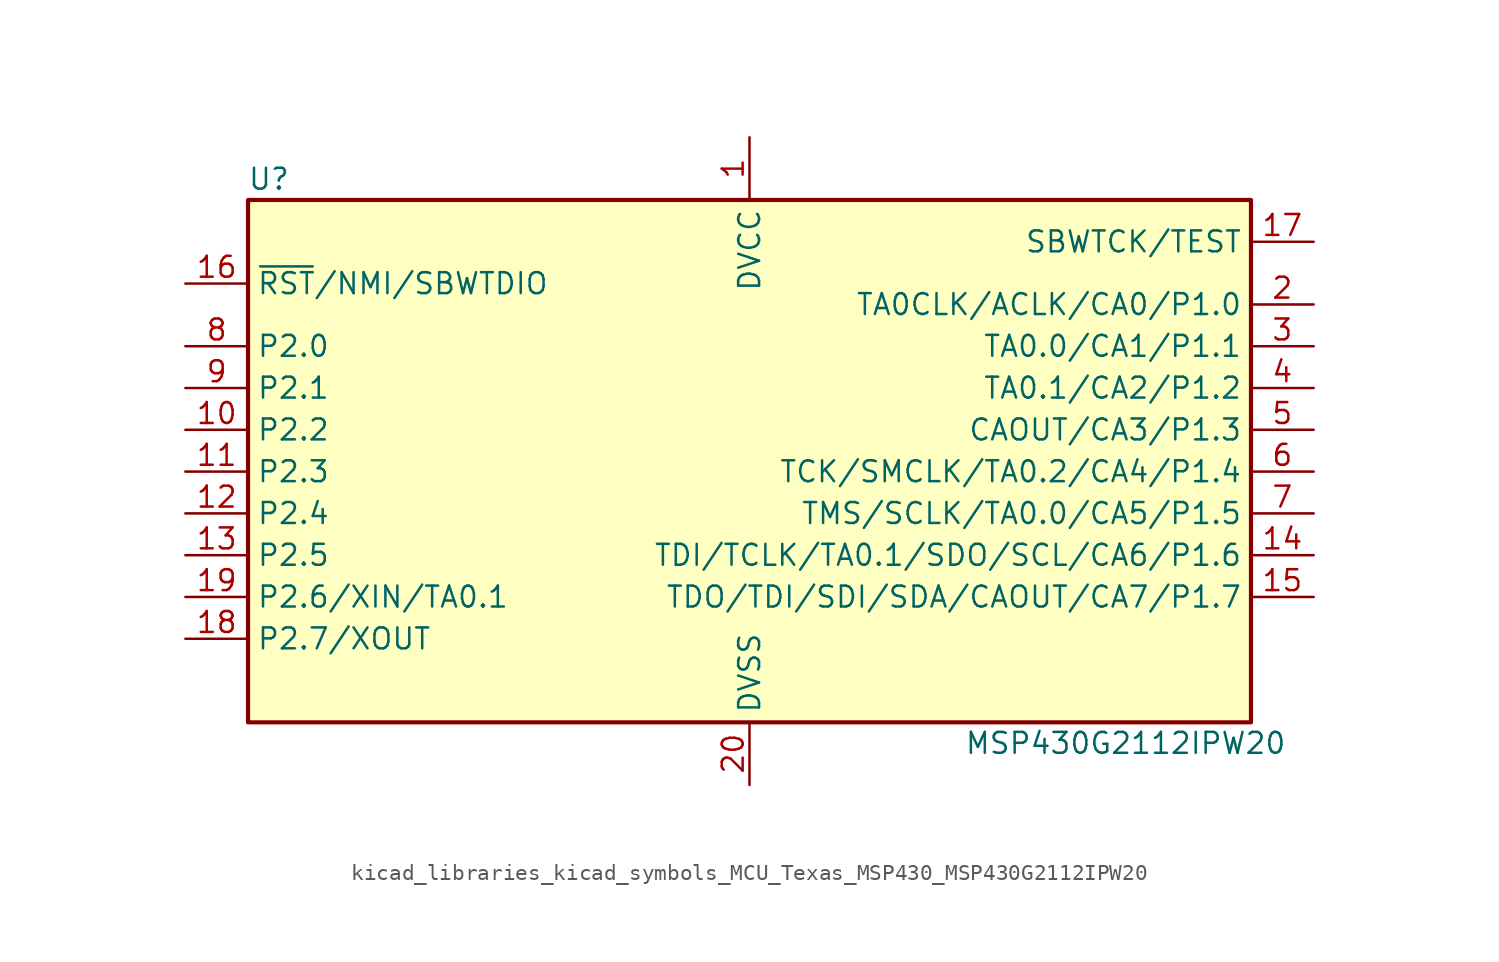
<source format=kicad_sym>
(kicad_symbol_lib
  (version 20220914)
  (generator kicad_symbol_editor)
  (symbol "kicad_libraries_kicad_symbols_MCU_Texas_MSP430_MSP430G2112IPW20"
    (property "Reference" "U"
      (at -29.21 17.78 0)
      (effects (font (size 1.27 1.27))))
    (property "Value" "MSP430G2112IPW20"
      (at 22.86 -16.51 0)
      (effects (font (size 1.27 1.27))))
    (symbol "kicad_libraries_kicad_symbols_MCU_Texas_MSP430_MSP430G2112IPW20_0_1"
      (rectangle (start -30.48 16.51) (end 30.48 -15.24) (stroke (width 0.254) (type default)) (fill (type background))))
    (symbol "kicad_libraries_kicad_symbols_MCU_Texas_MSP430_MSP430G2112IPW20_1_1"
      (pin power_in line (at 0 20.32 270) (length 3.81) (name "DVCC" (effects (font (size 1.27 1.27)))) (number "1" (effects (font (size 1.27 1.27)))))
      (pin bidirectional line (at -34.29 2.54 0) (length 3.81) (name "P2.2" (effects (font (size 1.27 1.27)))) (number "10" (effects (font (size 1.27 1.27)))))
      (pin bidirectional line (at -34.29 0 0) (length 3.81) (name "P2.3" (effects (font (size 1.27 1.27)))) (number "11" (effects (font (size 1.27 1.27)))))
      (pin bidirectional line (at -34.29 -2.54 0) (length 3.81) (name "P2.4" (effects (font (size 1.27 1.27)))) (number "12" (effects (font (size 1.27 1.27)))))
      (pin bidirectional line (at -34.29 -5.08 0) (length 3.81) (name "P2.5" (effects (font (size 1.27 1.27)))) (number "13" (effects (font (size 1.27 1.27)))))
      (pin bidirectional line (at 34.29 -5.08 180) (length 3.81) (name "TDI/TCLK/TA0.1/SDO/SCL/CA6/P1.6" (effects (font (size 1.27 1.27)))) (number "14" (effects (font (size 1.27 1.27)))))
      (pin bidirectional line (at 34.29 -7.62 180) (length 3.81) (name "TDO/TDI/SDI/SDA/CAOUT/CA7/P1.7" (effects (font (size 1.27 1.27)))) (number "15" (effects (font (size 1.27 1.27)))))
      (pin input line (at -34.29 11.43 0) (length 3.81) (name "~{RST}/NMI/SBWTDIO" (effects (font (size 1.27 1.27)))) (number "16" (effects (font (size 1.27 1.27)))))
      (pin input line (at 34.29 13.97 180) (length 3.81) (name "SBWTCK/TEST" (effects (font (size 1.27 1.27)))) (number "17" (effects (font (size 1.27 1.27)))))
      (pin bidirectional line (at -34.29 -10.16 0) (length 3.81) (name "P2.7/XOUT" (effects (font (size 1.27 1.27)))) (number "18" (effects (font (size 1.27 1.27)))))
      (pin bidirectional line (at -34.29 -7.62 0) (length 3.81) (name "P2.6/XIN/TA0.1" (effects (font (size 1.27 1.27)))) (number "19" (effects (font (size 1.27 1.27)))))
      (pin bidirectional line (at 34.29 10.16 180) (length 3.81) (name "TA0CLK/ACLK/CA0/P1.0" (effects (font (size 1.27 1.27)))) (number "2" (effects (font (size 1.27 1.27)))))
      (pin power_in line (at 0 -19.05 90) (length 3.81) (name "DVSS" (effects (font (size 1.27 1.27)))) (number "20" (effects (font (size 1.27 1.27)))))
      (pin bidirectional line (at 34.29 7.62 180) (length 3.81) (name "TA0.0/CA1/P1.1" (effects (font (size 1.27 1.27)))) (number "3" (effects (font (size 1.27 1.27)))))
      (pin bidirectional line (at 34.29 5.08 180) (length 3.81) (name "TA0.1/CA2/P1.2" (effects (font (size 1.27 1.27)))) (number "4" (effects (font (size 1.27 1.27)))))
      (pin bidirectional line (at 34.29 2.54 180) (length 3.81) (name "CAOUT/CA3/P1.3" (effects (font (size 1.27 1.27)))) (number "5" (effects (font (size 1.27 1.27)))))
      (pin bidirectional line (at 34.29 0 180) (length 3.81) (name "TCK/SMCLK/TA0.2/CA4/P1.4" (effects (font (size 1.27 1.27)))) (number "6" (effects (font (size 1.27 1.27)))))
      (pin bidirectional line (at 34.29 -2.54 180) (length 3.81) (name "TMS/SCLK/TA0.0/CA5/P1.5" (effects (font (size 1.27 1.27)))) (number "7" (effects (font (size 1.27 1.27)))))
      (pin bidirectional line (at -34.29 7.62 0) (length 3.81) (name "P2.0" (effects (font (size 1.27 1.27)))) (number "8" (effects (font (size 1.27 1.27)))))
      (pin bidirectional line (at -34.29 5.08 0) (length 3.81) (name "P2.1" (effects (font (size 1.27 1.27)))) (number "9" (effects (font (size 1.27 1.27))))))))
</source>
